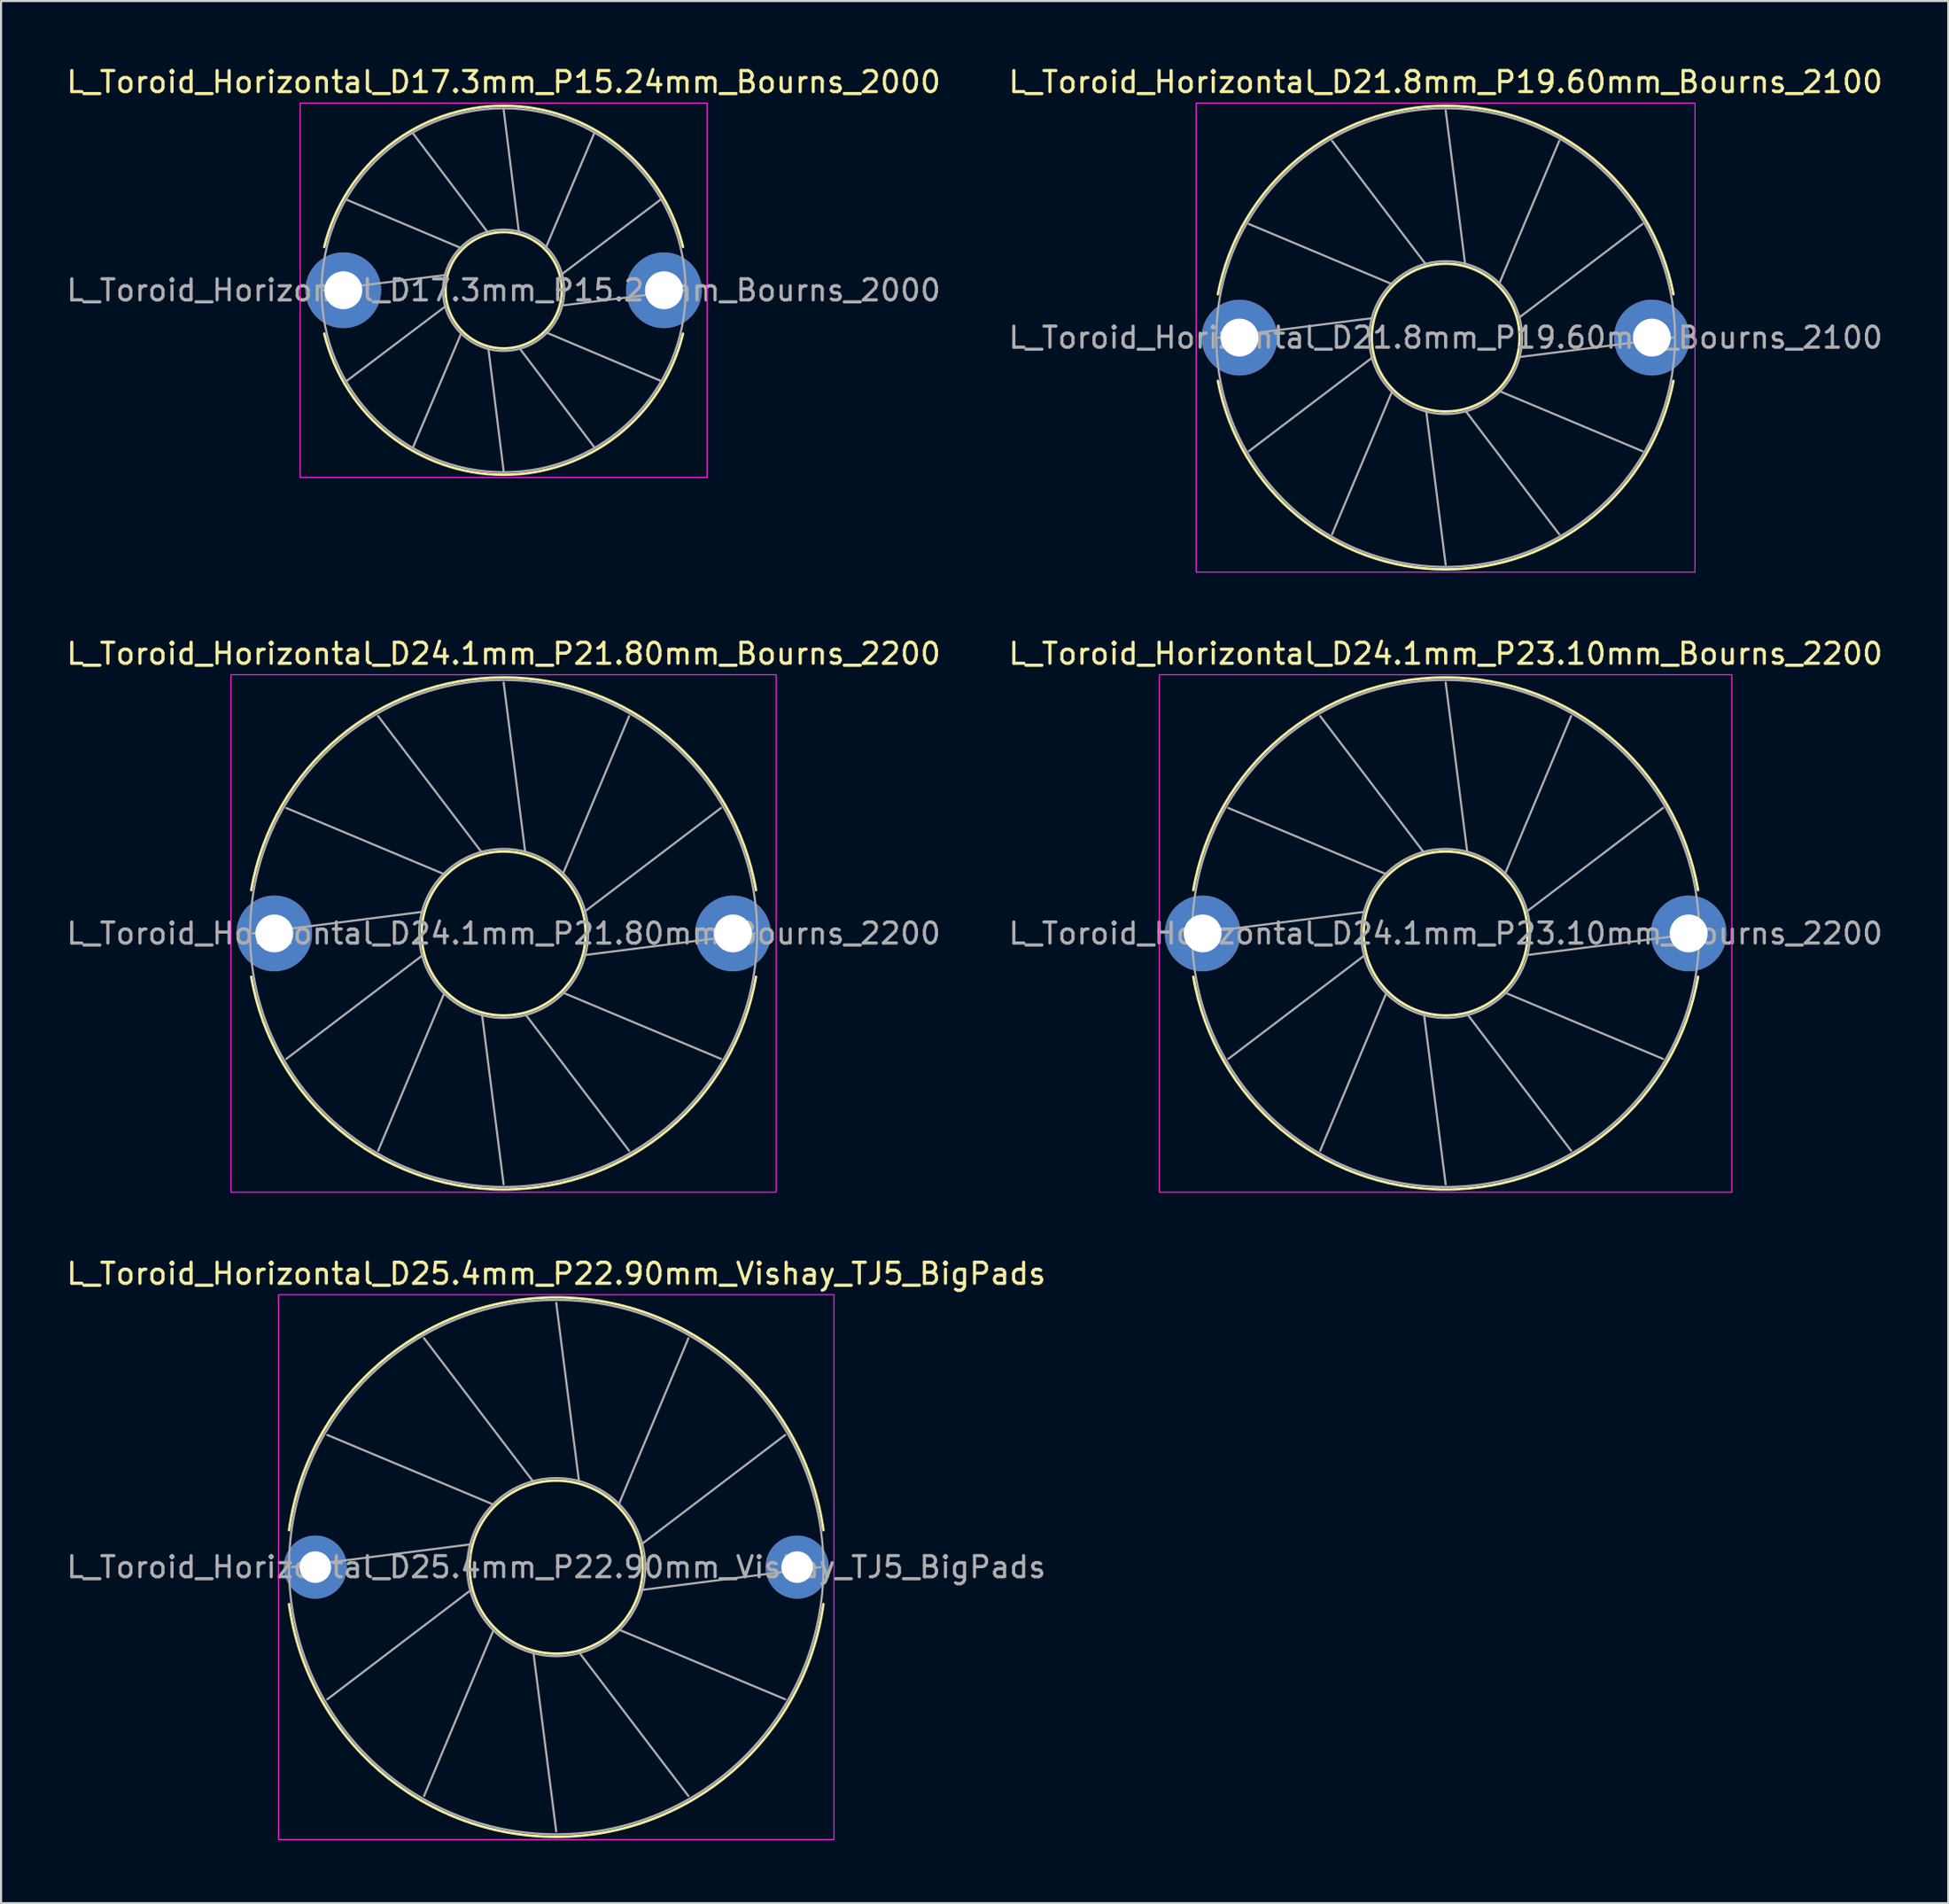
<source format=kicad_pcb>
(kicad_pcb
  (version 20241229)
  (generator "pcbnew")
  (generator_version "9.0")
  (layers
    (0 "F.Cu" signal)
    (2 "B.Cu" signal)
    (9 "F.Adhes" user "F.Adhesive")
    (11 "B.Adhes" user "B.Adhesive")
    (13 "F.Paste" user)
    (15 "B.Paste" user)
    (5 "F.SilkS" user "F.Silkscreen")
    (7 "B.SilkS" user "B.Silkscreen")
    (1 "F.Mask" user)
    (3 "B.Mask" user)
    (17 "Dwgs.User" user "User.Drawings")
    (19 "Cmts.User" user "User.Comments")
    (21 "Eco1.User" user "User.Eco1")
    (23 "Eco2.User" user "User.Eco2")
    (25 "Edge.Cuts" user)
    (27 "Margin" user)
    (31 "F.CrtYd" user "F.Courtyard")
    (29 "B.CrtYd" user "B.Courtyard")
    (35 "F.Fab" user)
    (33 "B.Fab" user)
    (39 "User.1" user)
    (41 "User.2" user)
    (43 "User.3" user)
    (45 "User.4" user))
  (footprint "L_Toroid_Horizontal_D24.1mm_P21.80mm_Bourns_2200"
    (layer "F.Cu")
    (at 9.987 41.322)
    (property "Reference" "L_Toroid_Horizontal_D24.1mm_P21.80mm_Bourns_2200" (at 10.9 -13.3 0) (layer "F.SilkS") (effects (font (size 1 1) (thickness 0.15))))
    (attr through_hole)
    (fp_arc (start -1.094386 -2.06) (mid 10.9 -12.17) (end 22.894386 -2.06) (stroke (width 0.12) (type solid)) (layer "F.SilkS"))
    (fp_arc (start 22.894386 2.06) (mid 10.9 12.17) (end -1.094386 2.06) (stroke (width 0.12) (type solid)) (layer "F.SilkS"))
    (fp_circle (center 10.9 0) (end 14.797 0) (stroke (width 0.12) (type solid)) (fill no) (layer "F.SilkS"))
    (fp_rect (start -2.06 -12.3) (end 23.85 12.3) (stroke (width 0.05) (type solid)) (fill no) (layer "F.CrtYd"))
    (fp_line (start -1.027 0) (end 7.061 -1.029) (stroke (width 0.1) (type solid)) (layer "F.Fab"))
    (fp_line (start 0.571 -5.963) (end 8.09 -2.81) (stroke (width 0.1) (type solid)) (layer "F.Fab"))
    (fp_line (start 0.571 5.963) (end 7.061 1.029) (stroke (width 0.1) (type solid)) (layer "F.Fab"))
    (fp_line (start 4.937 -10.329) (end 9.871 -3.839) (stroke (width 0.1) (type solid)) (layer "F.Fab"))
    (fp_line (start 4.937 10.329) (end 8.09 2.81) (stroke (width 0.1) (type solid)) (layer "F.Fab"))
    (fp_line (start 10.9 -11.927) (end 11.929 -3.839) (stroke (width 0.1) (type solid)) (layer "F.Fab"))
    (fp_line (start 10.9 11.927) (end 9.871 3.839) (stroke (width 0.1) (type solid)) (layer "F.Fab"))
    (fp_line (start 16.863 -10.329) (end 13.71 -2.81) (stroke (width 0.1) (type solid)) (layer "F.Fab"))
    (fp_line (start 16.863 10.329) (end 11.929 3.839) (stroke (width 0.1) (type solid)) (layer "F.Fab"))
    (fp_line (start 21.229 -5.963) (end 14.739 -1.029) (stroke (width 0.1) (type solid)) (layer "F.Fab"))
    (fp_line (start 21.229 5.963) (end 13.71 2.81) (stroke (width 0.1) (type solid)) (layer "F.Fab"))
    (fp_line (start 22.827 0) (end 14.739 1.029) (stroke (width 0.1) (type solid)) (layer "F.Fab"))
    (fp_circle (center 10.9 0) (end 14.917 0) (stroke (width 0.1) (type solid)) (fill no) (layer "F.Fab"))
    (fp_circle (center 10.9 0) (end 22.95 0) (stroke (width 0.1) (type solid)) (fill no) (layer "F.Fab"))
    (fp_text user "${REFERENCE}" (at 10.9 0 0) (layer "F.Fab") (effects (font (size 1 1) (thickness 0.15))))
    (pad "1" thru_hole circle (at 0 0) (size 3.6 3.6) (drill 1.8) (layers "*.Cu" "*.Mask"))
    (pad "2" thru_hole circle (at 21.8 0) (size 3.6 3.6) (drill 1.8) (layers "*.Cu" "*.Mask")))
  (footprint "L_Toroid_Horizontal_D21.8mm_P19.60mm_Bourns_2100"
    (layer "F.Cu")
    (at 55.861 12.998)
    (property "Reference" "L_Toroid_Horizontal_D21.8mm_P19.60mm_Bourns_2100" (at 9.8 -12.15 0) (layer "F.SilkS") (effects (font (size 1 1) (thickness 0.15))))
    (attr through_hole)
    (fp_arc (start -1.025747 -2.06) (mid 9.8 -11.02) (end 20.625747 -2.06) (stroke (width 0.12) (type solid)) (layer "F.SilkS"))
    (fp_arc (start 20.625747 2.06) (mid 9.8 11.02) (end -1.025747 2.06) (stroke (width 0.12) (type solid)) (layer "F.SilkS"))
    (fp_circle (center 9.8 0) (end 13.313 0) (stroke (width 0.12) (type solid)) (fill no) (layer "F.SilkS"))
    (fp_rect (start -2.06 -11.15) (end 21.65 11.15) (stroke (width 0.05) (type solid)) (fill no) (layer "F.CrtYd"))
    (fp_line (start -1 0) (end 6.339 -0.928) (stroke (width 0.1) (type solid)) (layer "F.Fab"))
    (fp_line (start 0.447 -5.4) (end 7.266 -2.534) (stroke (width 0.1) (type solid)) (layer "F.Fab"))
    (fp_line (start 0.447 5.4) (end 6.339 0.928) (stroke (width 0.1) (type solid)) (layer "F.Fab"))
    (fp_line (start 4.4 -9.353) (end 8.872 -3.461) (stroke (width 0.1) (type solid)) (layer "F.Fab"))
    (fp_line (start 4.4 9.353) (end 7.266 2.534) (stroke (width 0.1) (type solid)) (layer "F.Fab"))
    (fp_line (start 9.8 -10.8) (end 10.728 -3.461) (stroke (width 0.1) (type solid)) (layer "F.Fab"))
    (fp_line (start 9.8 10.8) (end 8.872 3.461) (stroke (width 0.1) (type solid)) (layer "F.Fab"))
    (fp_line (start 15.2 -9.353) (end 12.334 -2.534) (stroke (width 0.1) (type solid)) (layer "F.Fab"))
    (fp_line (start 15.2 9.353) (end 10.728 3.461) (stroke (width 0.1) (type solid)) (layer "F.Fab"))
    (fp_line (start 19.153 -5.4) (end 13.261 -0.928) (stroke (width 0.1) (type solid)) (layer "F.Fab"))
    (fp_line (start 19.153 5.4) (end 12.334 2.534) (stroke (width 0.1) (type solid)) (layer "F.Fab"))
    (fp_line (start 20.6 0) (end 13.261 0.928) (stroke (width 0.1) (type solid)) (layer "F.Fab"))
    (fp_circle (center 9.8 0) (end 13.433 0) (stroke (width 0.1) (type solid)) (fill no) (layer "F.Fab"))
    (fp_circle (center 9.8 0) (end 20.7 0) (stroke (width 0.1) (type solid)) (fill no) (layer "F.Fab"))
    (fp_text user "${REFERENCE}" (at 9.8 0 0) (layer "F.Fab") (effects (font (size 1 1) (thickness 0.15))))
    (pad "1" thru_hole circle (at 0 0) (size 3.6 3.6) (drill 1.8) (layers "*.Cu" "*.Mask"))
    (pad "2" thru_hole circle (at 19.6 0) (size 3.6 3.6) (drill 1.8) (layers "*.Cu" "*.Mask")))
  (footprint "L_Toroid_Horizontal_D25.4mm_P22.90mm_Vishay_TJ5_BigPads"
    (layer "F.Cu")
    (at 11.937 71.445)
    (property "Reference" "L_Toroid_Horizontal_D25.4mm_P22.90mm_Vishay_TJ5_BigPads" (at 11.45 -13.95 0) (layer "F.SilkS") (effects (font (size 1 1) (thickness 0.15))))
    (attr through_hole)
    (fp_arc (start -1.248614 -1.76) (mid 11.45 -12.82) (end 24.148614 -1.76) (stroke (width 0.12) (type solid)) (layer "F.SilkS"))
    (fp_arc (start 24.148614 1.76) (mid 11.45 12.82) (end -1.248614 1.76) (stroke (width 0.12) (type solid)) (layer "F.SilkS"))
    (fp_circle (center 11.45 0) (end 15.563 0) (stroke (width 0.12) (type solid)) (fill no) (layer "F.SilkS"))
    (fp_rect (start -1.75 -12.95) (end 24.65 12.95) (stroke (width 0.05) (type solid)) (fill no) (layer "F.CrtYd"))
    (fp_line (start -1.114 0) (end 7.397 -1.086) (stroke (width 0.1) (type solid)) (layer "F.Fab"))
    (fp_line (start 0.57 -6.282) (end 8.483 -2.967) (stroke (width 0.1) (type solid)) (layer "F.Fab"))
    (fp_line (start 0.57 6.282) (end 7.397 1.086) (stroke (width 0.1) (type solid)) (layer "F.Fab"))
    (fp_line (start 5.168 -10.88) (end 10.364 -4.053) (stroke (width 0.1) (type solid)) (layer "F.Fab"))
    (fp_line (start 5.168 10.88) (end 8.483 2.967) (stroke (width 0.1) (type solid)) (layer "F.Fab"))
    (fp_line (start 11.45 -12.564) (end 12.536 -4.053) (stroke (width 0.1) (type solid)) (layer "F.Fab"))
    (fp_line (start 11.45 12.564) (end 10.364 4.053) (stroke (width 0.1) (type solid)) (layer "F.Fab"))
    (fp_line (start 17.732 -10.88) (end 14.417 -2.967) (stroke (width 0.1) (type solid)) (layer "F.Fab"))
    (fp_line (start 17.732 10.88) (end 12.536 4.053) (stroke (width 0.1) (type solid)) (layer "F.Fab"))
    (fp_line (start 22.33 -6.282) (end 15.503 -1.086) (stroke (width 0.1) (type solid)) (layer "F.Fab"))
    (fp_line (start 22.33 6.282) (end 14.417 2.967) (stroke (width 0.1) (type solid)) (layer "F.Fab"))
    (fp_line (start 24.014 0) (end 15.503 1.086) (stroke (width 0.1) (type solid)) (layer "F.Fab"))
    (fp_circle (center 11.45 0) (end 15.683 0) (stroke (width 0.1) (type solid)) (fill no) (layer "F.Fab"))
    (fp_circle (center 11.45 0) (end 24.15 0) (stroke (width 0.1) (type solid)) (fill no) (layer "F.Fab"))
    (fp_text user "${REFERENCE}" (at 11.45 0 0) (layer "F.Fab") (effects (font (size 1 1) (thickness 0.15))))
    (pad "1" thru_hole circle (at 0 0) (size 3 3) (drill 1.5) (layers "*.Cu" "*.Mask"))
    (pad "2" thru_hole circle (at 22.9 0) (size 3 3) (drill 1.5) (layers "*.Cu" "*.Mask")))
  (footprint "L_Toroid_Horizontal_D24.1mm_P23.10mm_Bourns_2200"
    (layer "F.Cu")
    (at 54.111 41.322)
    (property "Reference" "L_Toroid_Horizontal_D24.1mm_P23.10mm_Bourns_2200" (at 11.55 -13.3 0) (layer "F.SilkS") (effects (font (size 1 1) (thickness 0.15))))
    (attr through_hole)
    (fp_arc (start -0.444386 -2.06) (mid 11.55 -12.17) (end 23.544386 -2.06) (stroke (width 0.12) (type solid)) (layer "F.SilkS"))
    (fp_arc (start 23.544386 2.06) (mid 11.55 12.17) (end -0.444386 2.06) (stroke (width 0.12) (type solid)) (layer "F.SilkS"))
    (fp_circle (center 11.55 0) (end 15.447 0) (stroke (width 0.12) (type solid)) (fill no) (layer "F.SilkS"))
    (fp_rect (start -2.06 -12.3) (end 25.15 12.3) (stroke (width 0.05) (type solid)) (fill no) (layer "F.CrtYd"))
    (fp_line (start -0.377 0) (end 7.711 -1.029) (stroke (width 0.1) (type solid)) (layer "F.Fab"))
    (fp_line (start 1.221 -5.963) (end 8.74 -2.81) (stroke (width 0.1) (type solid)) (layer "F.Fab"))
    (fp_line (start 1.221 5.963) (end 7.711 1.029) (stroke (width 0.1) (type solid)) (layer "F.Fab"))
    (fp_line (start 5.587 -10.329) (end 10.521 -3.839) (stroke (width 0.1) (type solid)) (layer "F.Fab"))
    (fp_line (start 5.587 10.329) (end 8.74 2.81) (stroke (width 0.1) (type solid)) (layer "F.Fab"))
    (fp_line (start 11.55 -11.927) (end 12.579 -3.839) (stroke (width 0.1) (type solid)) (layer "F.Fab"))
    (fp_line (start 11.55 11.927) (end 10.521 3.839) (stroke (width 0.1) (type solid)) (layer "F.Fab"))
    (fp_line (start 17.513 -10.329) (end 14.36 -2.81) (stroke (width 0.1) (type solid)) (layer "F.Fab"))
    (fp_line (start 17.513 10.329) (end 12.579 3.839) (stroke (width 0.1) (type solid)) (layer "F.Fab"))
    (fp_line (start 21.879 -5.963) (end 15.389 -1.029) (stroke (width 0.1) (type solid)) (layer "F.Fab"))
    (fp_line (start 21.879 5.963) (end 14.36 2.81) (stroke (width 0.1) (type solid)) (layer "F.Fab"))
    (fp_line (start 23.477 0) (end 15.389 1.029) (stroke (width 0.1) (type solid)) (layer "F.Fab"))
    (fp_circle (center 11.55 0) (end 15.567 0) (stroke (width 0.1) (type solid)) (fill no) (layer "F.Fab"))
    (fp_circle (center 11.55 0) (end 23.6 0) (stroke (width 0.1) (type solid)) (fill no) (layer "F.Fab"))
    (fp_text user "${REFERENCE}" (at 11.55 0 0) (layer "F.Fab") (effects (font (size 1 1) (thickness 0.15))))
    (pad "1" thru_hole circle (at 0 0) (size 3.6 3.6) (drill 1.8) (layers "*.Cu" "*.Mask"))
    (pad "2" thru_hole circle (at 23.1 0) (size 3.6 3.6) (drill 1.8) (layers "*.Cu" "*.Mask")))
  (footprint "L_Toroid_Horizontal_D17.3mm_P15.24mm_Bourns_2000"
    (layer "F.Cu")
    (at 13.267 10.748)
    (property "Reference" "L_Toroid_Horizontal_D17.3mm_P15.24mm_Bourns_2000" (at 7.62 -9.9 0) (layer "F.SilkS") (effects (font (size 1 1) (thickness 0.15))))
    (attr through_hole)
    (fp_arc (start -0.904629 -2.06) (mid 7.62 -8.77) (end 16.144629 -2.06) (stroke (width 0.12) (type solid)) (layer "F.SilkS"))
    (fp_arc (start 16.144629 2.06) (mid 7.62 8.77) (end -0.904629 2.06) (stroke (width 0.12) (type solid)) (layer "F.SilkS"))
    (fp_circle (center 7.62 0) (end 10.383 0) (stroke (width 0.12) (type solid)) (fill no) (layer "F.SilkS"))
    (fp_rect (start -2.05 -8.9) (end 17.29 8.9) (stroke (width 0.05) (type solid)) (fill no) (layer "F.CrtYd"))
    (fp_line (start -0.975 0) (end 4.897 -0.73) (stroke (width 0.1) (type solid)) (layer "F.Fab"))
    (fp_line (start 0.177 -4.297) (end 5.627 -1.993) (stroke (width 0.1) (type solid)) (layer "F.Fab"))
    (fp_line (start 0.177 4.297) (end 4.897 0.73) (stroke (width 0.1) (type solid)) (layer "F.Fab"))
    (fp_line (start 3.323 -7.443) (end 6.89 -2.723) (stroke (width 0.1) (type solid)) (layer "F.Fab"))
    (fp_line (start 3.323 7.443) (end 5.627 1.993) (stroke (width 0.1) (type solid)) (layer "F.Fab"))
    (fp_line (start 7.62 -8.595) (end 8.35 -2.723) (stroke (width 0.1) (type solid)) (layer "F.Fab"))
    (fp_line (start 7.62 8.595) (end 6.89 2.723) (stroke (width 0.1) (type solid)) (layer "F.Fab"))
    (fp_line (start 11.917 -7.443) (end 9.613 -1.993) (stroke (width 0.1) (type solid)) (layer "F.Fab"))
    (fp_line (start 11.917 7.443) (end 8.35 2.723) (stroke (width 0.1) (type solid)) (layer "F.Fab"))
    (fp_line (start 15.063 -4.297) (end 10.343 -0.73) (stroke (width 0.1) (type solid)) (layer "F.Fab"))
    (fp_line (start 15.063 4.297) (end 9.613 1.993) (stroke (width 0.1) (type solid)) (layer "F.Fab"))
    (fp_line (start 16.215 0) (end 10.343 0.73) (stroke (width 0.1) (type solid)) (layer "F.Fab"))
    (fp_circle (center 7.62 0) (end 10.503 0) (stroke (width 0.1) (type solid)) (fill no) (layer "F.Fab"))
    (fp_circle (center 7.62 0) (end 16.27 0) (stroke (width 0.1) (type solid)) (fill no) (layer "F.Fab"))
    (fp_text user "${REFERENCE}" (at 7.62 0 0) (layer "F.Fab") (effects (font (size 1 1) (thickness 0.15))))
    (pad "1" thru_hole circle (at 0 0) (size 3.6 3.6) (drill 1.8) (layers "*.Cu" "*.Mask"))
    (pad "2" thru_hole circle (at 15.24 0) (size 3.6 3.6) (drill 1.8) (layers "*.Cu" "*.Mask")))
  (gr_rect
    (start -3 -3)
    (end 89.548 87.42)
    (stroke (width 0.1) (type default))
    (fill no)
    (layer "Edge.Cuts")))
</source>
